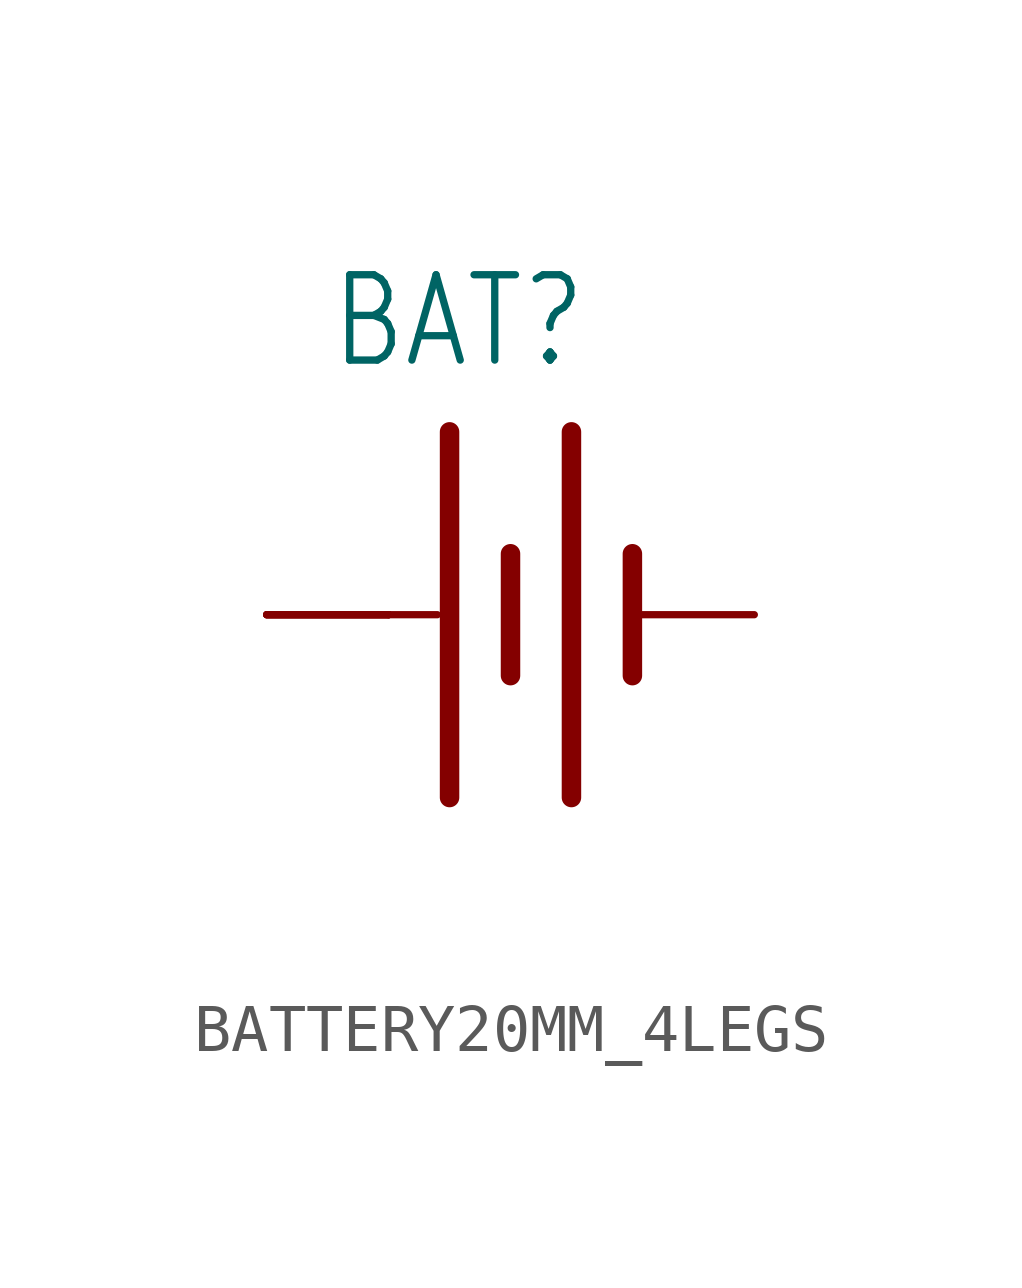
<source format=kicad_sym>
(kicad_symbol_lib
  (version 20220914)
  (generator kicad_symbol_editor)
  (symbol "BATTERY20MM_4LEGS"
    (property "Reference" "BAT"
      (at -3.81 5.08 0)
      (effects (font (size 1.778 1.511)) (justify left bottom)))
    (property "Value" ""
      (at -3.81 -6.35 0)
      (effects (font (size 1.778 1.511)) (justify left bottom)))
    (property "ki_locked" ""
      (at 0 0 0)
      (effects (font (size 1.27 1.27))))
    (symbol "BATTERY20MM_4LEGS_1_0"
      (polyline (pts (xy -2.54 0) (xy -1.524 0)) (stroke (width 0.152) (type solid)) (fill (type none)))
      (polyline (pts (xy -1.27 3.81) (xy -1.27 -3.81)) (stroke (width 0.406) (type solid)) (fill (type none)))
      (polyline (pts (xy 0 1.27) (xy 0 -1.27)) (stroke (width 0.406) (type solid)) (fill (type none)))
      (polyline (pts (xy 1.27 3.81) (xy 1.27 -3.81)) (stroke (width 0.406) (type solid)) (fill (type none)))
      (polyline (pts (xy 2.54 1.27) (xy 2.54 -1.27)) (stroke (width 0.406) (type solid)) (fill (type none)))
      (pin power_in line (at 5.08 0 180) (length 2.54) (name "-" (effects (font (size 0 0)))) (number "NEGATIVE" (effects (font (size 0 0)))))
      (pin power_in line (at -5.08 0 0) (length 2.54) (name "+" (effects (font (size 0 0)))) (number "POSITIVE@1" (effects (font (size 0 0)))))
      (pin power_in line (at -5.08 0 0) (length 2.54) (name "+" (effects (font (size 0 0)))) (number "POSITIVE@2" (effects (font (size 0 0)))))
      (pin power_in line (at -5.08 0 0) (length 2.54) (name "+" (effects (font (size 0 0)))) (number "POSITIVE@3" (effects (font (size 0 0)))))
      (pin power_in line (at -5.08 0 0) (length 2.54) (name "+" (effects (font (size 0 0)))) (number "POSITIVE@4" (effects (font (size 0 0))))))))
</source>
